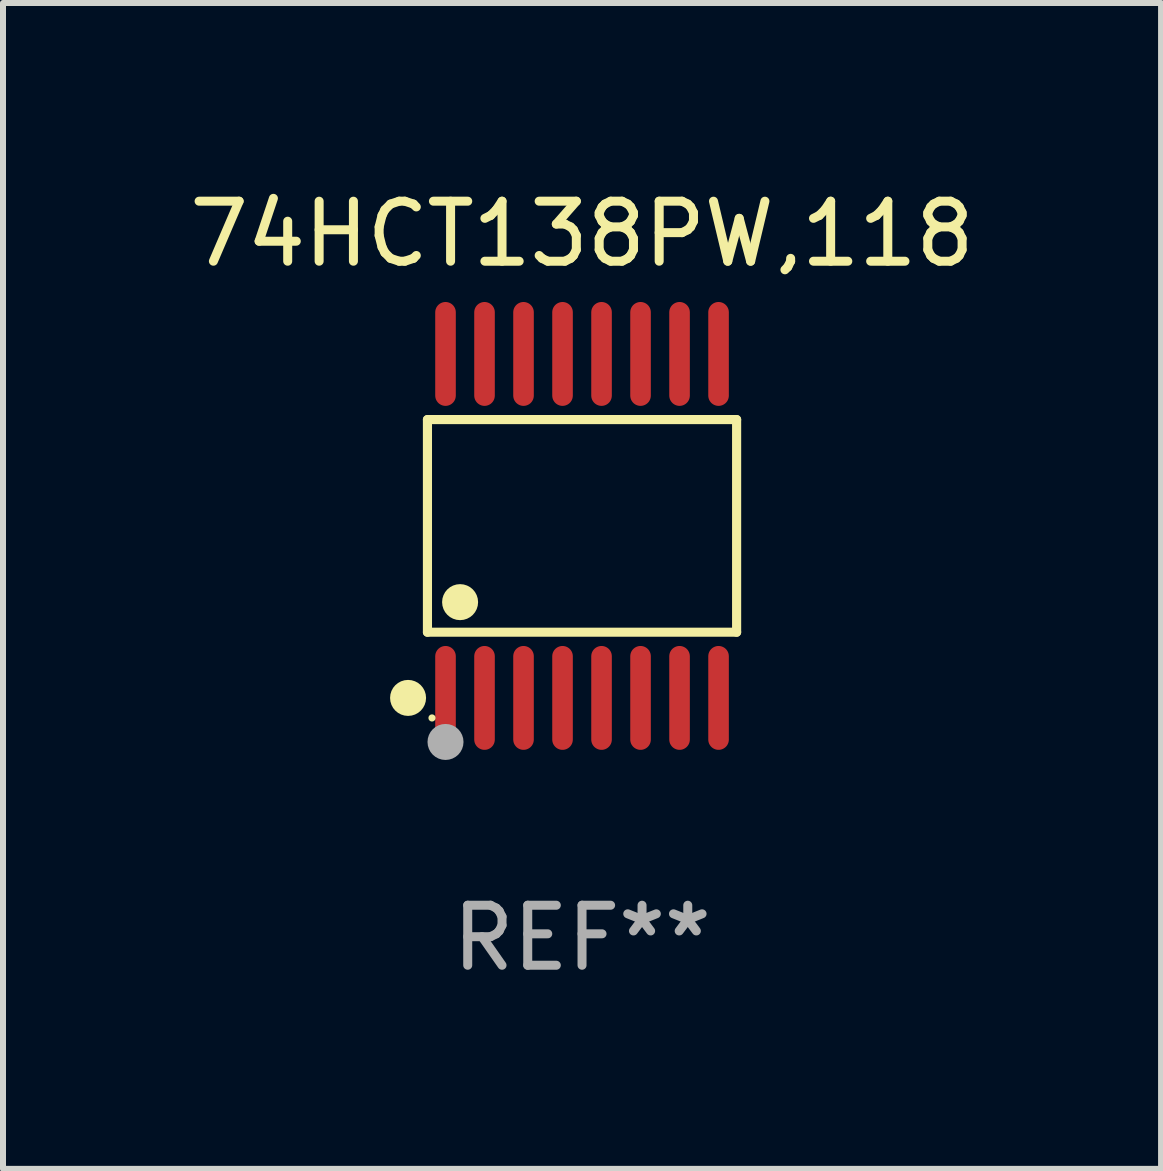
<source format=kicad_pcb>
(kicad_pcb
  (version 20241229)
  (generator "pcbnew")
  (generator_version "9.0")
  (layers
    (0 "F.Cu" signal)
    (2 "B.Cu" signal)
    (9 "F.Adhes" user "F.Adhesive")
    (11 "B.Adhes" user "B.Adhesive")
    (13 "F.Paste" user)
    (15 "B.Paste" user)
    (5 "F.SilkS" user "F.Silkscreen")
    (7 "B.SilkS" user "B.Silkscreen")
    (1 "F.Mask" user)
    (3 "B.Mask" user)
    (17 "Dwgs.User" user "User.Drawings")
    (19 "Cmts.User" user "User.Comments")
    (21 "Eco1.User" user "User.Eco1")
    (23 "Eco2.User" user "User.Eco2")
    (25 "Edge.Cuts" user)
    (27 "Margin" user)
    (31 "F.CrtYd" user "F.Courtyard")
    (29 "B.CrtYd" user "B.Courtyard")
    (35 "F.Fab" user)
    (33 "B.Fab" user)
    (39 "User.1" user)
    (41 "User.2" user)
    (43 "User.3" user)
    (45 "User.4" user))
  (footprint "74HCT138PW,118"
    (layer "F.Cu")
    (at 6.649 5.714)
    (property "Reference" "74HCT138PW,118" (at 0 -4.866 0) (layer "F.SilkS") (effects (font (size 1 1) (thickness 0.15))))
    (attr through_hole)
    (fp_line (start -2.576 -1.772) (end 2.576 -1.772) (stroke (width 0.152) (type solid)) (layer "F.SilkS"))
    (fp_line (start -2.576 1.771) (end -2.576 -1.772) (stroke (width 0.152) (type solid)) (layer "F.SilkS"))
    (fp_line (start 2.576 -1.772) (end 2.576 1.771) (stroke (width 0.152) (type solid)) (layer "F.SilkS"))
    (fp_line (start 2.576 1.771) (end -2.576 1.771) (stroke (width 0.152) (type solid)) (layer "F.SilkS"))
    (fp_circle (center -2.899 2.866) (end -2.749 2.866) (stroke (width 0.3) (type solid)) (fill no) (layer "F.SilkS"))
    (fp_circle (center -2.5 3.2) (end -2.47 3.2) (stroke (width 0.06) (type solid)) (fill no) (layer "F.SilkS"))
    (fp_circle (center -2.032 1.27) (end -1.882 1.27) (stroke (width 0.3) (type solid)) (fill no) (layer "F.SilkS"))
    (fp_circle (center -2.275 3.6) (end -2.125 3.6) (stroke (width 0.3) (type solid)) (fill no) (layer "F.Fab"))
    (fp_text user "REF**" (at 0 6.866 0) (layer "F.Fab") (effects (font (size 1 1) (thickness 0.15))))
    (pad "1" smd oval (at -2.275 2.866) (size 0.343 1.731) (layers "F.Cu" "F.Mask" "F.Paste"))
    (pad "2" smd oval (at -1.625 2.866) (size 0.343 1.731) (layers "F.Cu" "F.Mask" "F.Paste"))
    (pad "3" smd oval (at -0.975 2.866) (size 0.343 1.731) (layers "F.Cu" "F.Mask" "F.Paste"))
    (pad "4" smd oval (at -0.325 2.866) (size 0.343 1.731) (layers "F.Cu" "F.Mask" "F.Paste"))
    (pad "5" smd oval (at 0.325 2.866) (size 0.343 1.731) (layers "F.Cu" "F.Mask" "F.Paste"))
    (pad "6" smd oval (at 0.975 2.866) (size 0.343 1.731) (layers "F.Cu" "F.Mask" "F.Paste"))
    (pad "7" smd oval (at 1.625 2.866) (size 0.343 1.731) (layers "F.Cu" "F.Mask" "F.Paste"))
    (pad "8" smd oval (at 2.275 2.866) (size 0.343 1.731) (layers "F.Cu" "F.Mask" "F.Paste"))
    (pad "9" smd oval (at 2.275 -2.866) (size 0.343 1.731) (layers "F.Cu" "F.Mask" "F.Paste"))
    (pad "10" smd oval (at 1.625 -2.866) (size 0.343 1.731) (layers "F.Cu" "F.Mask" "F.Paste"))
    (pad "11" smd oval (at 0.975 -2.866) (size 0.343 1.731) (layers "F.Cu" "F.Mask" "F.Paste"))
    (pad "12" smd oval (at 0.325 -2.866) (size 0.343 1.731) (layers "F.Cu" "F.Mask" "F.Paste"))
    (pad "13" smd oval (at -0.325 -2.866) (size 0.343 1.731) (layers "F.Cu" "F.Mask" "F.Paste"))
    (pad "14" smd oval (at -0.975 -2.866) (size 0.343 1.731) (layers "F.Cu" "F.Mask" "F.Paste"))
    (pad "15" smd oval (at -1.625 -2.866) (size 0.343 1.731) (layers "F.Cu" "F.Mask" "F.Paste"))
    (pad "16" smd oval (at -2.275 -2.866) (size 0.343 1.731) (layers "F.Cu" "F.Mask" "F.Paste")))
  (gr_rect
    (start -3 -3)
    (end 16.298 16.428)
    (stroke (width 0.1) (type default))
    (fill no)
    (layer "Edge.Cuts")))
</source>
